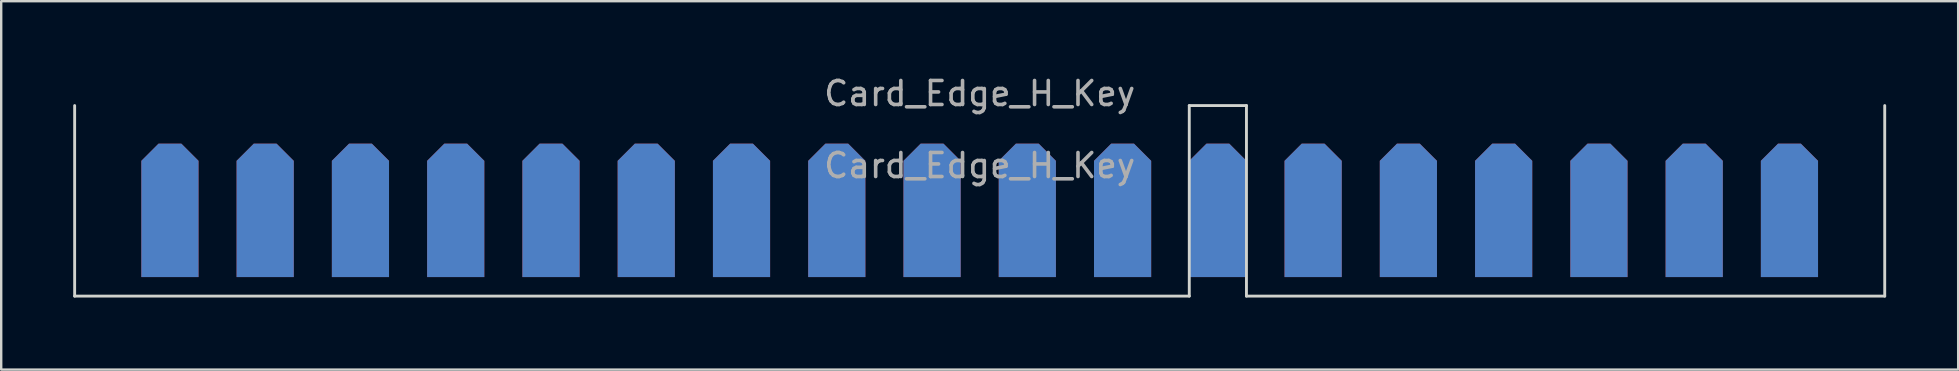
<source format=kicad_pcb>
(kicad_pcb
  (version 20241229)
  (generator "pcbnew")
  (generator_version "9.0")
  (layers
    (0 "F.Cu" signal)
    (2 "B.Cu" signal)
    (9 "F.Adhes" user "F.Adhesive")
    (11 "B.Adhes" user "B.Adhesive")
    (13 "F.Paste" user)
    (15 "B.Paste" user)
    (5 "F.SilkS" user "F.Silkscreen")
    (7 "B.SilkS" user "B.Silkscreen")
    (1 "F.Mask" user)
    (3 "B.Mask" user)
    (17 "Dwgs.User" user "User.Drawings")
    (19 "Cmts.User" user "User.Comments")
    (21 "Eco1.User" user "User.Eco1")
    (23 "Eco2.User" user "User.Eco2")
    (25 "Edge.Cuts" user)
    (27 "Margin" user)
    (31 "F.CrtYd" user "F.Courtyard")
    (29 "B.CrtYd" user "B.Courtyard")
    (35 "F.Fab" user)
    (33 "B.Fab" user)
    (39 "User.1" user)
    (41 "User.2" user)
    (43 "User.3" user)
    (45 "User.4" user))
  (footprint "Card_Edge_H_Key"
    (layer "F.Cu")
    (at 37.763 1.348)
    (property "Reference" "Card_Edge_H_Key" (at 0 -0.5 0) (unlocked yes) (layer "F.Fab") (effects (font (size 1 1) (thickness 0.15))))
    (fp_line (start -37.703 7.938) (end -37.703 0) (stroke (width 0.12) (type solid)) (layer "Edge.Cuts"))
    (fp_line (start 8.731 0) (end 8.731 7.938) (stroke (width 0.12) (type solid)) (layer "Edge.Cuts"))
    (fp_line (start 8.731 7.938) (end -37.703 7.938) (stroke (width 0.12) (type solid)) (layer "Edge.Cuts"))
    (fp_line (start 11.113 0) (end 8.731 0) (stroke (width 0.12) (type solid)) (layer "Edge.Cuts"))
    (fp_line (start 11.113 7.938) (end 11.113 0) (stroke (width 0.12) (type solid)) (layer "Edge.Cuts"))
    (fp_line (start 37.703 0) (end 37.703 7.938) (stroke (width 0.12) (type solid)) (layer "Edge.Cuts"))
    (fp_line (start 37.703 7.938) (end 11.113 7.938) (stroke (width 0.12) (type solid)) (layer "Edge.Cuts"))
    (fp_text user "${REFERENCE}" (at 0 2.5 0) (unlocked yes) (layer "F.Fab") (effects (font (size 1 1) (thickness 0.15))))
    (pad "a1" connect roundrect (at 33.734 4.366) (size 2.381 5.556) (layers "B.Cu" "B.Mask") (roundrect_rratio 0) (chamfer_ratio 0.3) (chamfer top_left top_right))
    (pad "a2" connect roundrect (at 29.766 4.366) (size 2.381 5.556) (layers "B.Cu" "B.Mask") (roundrect_rratio 0) (chamfer_ratio 0.3) (chamfer top_left top_right))
    (pad "a3" connect roundrect (at 25.797 4.366) (size 2.381 5.556) (layers "B.Cu" "B.Mask") (roundrect_rratio 0) (chamfer_ratio 0.3) (chamfer top_left top_right))
    (pad "a4" connect roundrect (at 21.828 4.366) (size 2.381 5.556) (layers "B.Cu" "B.Mask") (roundrect_rratio 0) (chamfer_ratio 0.3) (chamfer top_left top_right))
    (pad "a5" connect roundrect (at 17.859 4.366) (size 2.381 5.556) (layers "B.Cu" "B.Mask") (roundrect_rratio 0) (chamfer_ratio 0.3) (chamfer top_left top_right))
    (pad "a6" connect roundrect (at 13.891 4.366) (size 2.381 5.556) (layers "B.Cu" "B.Mask") (roundrect_rratio 0) (chamfer_ratio 0.3) (chamfer top_left top_right))
    (pad "a7" connect roundrect (at 9.922 4.366) (size 2.381 5.556) (layers "B.Cu" "B.Mask") (roundrect_rratio 0) (chamfer_ratio 0.3) (chamfer top_left top_right))
    (pad "a8" connect roundrect (at 5.953 4.366) (size 2.381 5.556) (layers "B.Cu" "B.Mask") (roundrect_rratio 0) (chamfer_ratio 0.3) (chamfer top_left top_right))
    (pad "a9" connect roundrect (at 1.984 4.366) (size 2.381 5.556) (layers "B.Cu" "B.Mask") (roundrect_rratio 0) (chamfer_ratio 0.3) (chamfer top_left top_right))
    (pad "a10" connect roundrect (at -1.984 4.366) (size 2.381 5.556) (layers "B.Cu" "B.Mask") (roundrect_rratio 0) (chamfer_ratio 0.3) (chamfer top_left top_right))
    (pad "a11" connect roundrect (at -5.953 4.366) (size 2.381 5.556) (layers "B.Cu" "B.Mask") (roundrect_rratio 0) (chamfer_ratio 0.3) (chamfer top_left top_right))
    (pad "a12" connect roundrect (at -9.922 4.366) (size 2.381 5.556) (layers "B.Cu" "B.Mask") (roundrect_rratio 0) (chamfer_ratio 0.3) (chamfer top_left top_right))
    (pad "a13" connect roundrect (at -13.891 4.366) (size 2.381 5.556) (layers "B.Cu" "B.Mask") (roundrect_rratio 0) (chamfer_ratio 0.3) (chamfer top_left top_right))
    (pad "a14" connect roundrect (at -17.859 4.366) (size 2.381 5.556) (layers "B.Cu" "B.Mask") (roundrect_rratio 0) (chamfer_ratio 0.3) (chamfer top_left top_right))
    (pad "a15" connect roundrect (at -21.828 4.366) (size 2.381 5.556) (layers "B.Cu" "B.Mask") (roundrect_rratio 0) (chamfer_ratio 0.3) (chamfer top_left top_right))
    (pad "a16" connect roundrect (at -25.797 4.366) (size 2.381 5.556) (layers "B.Cu" "B.Mask") (roundrect_rratio 0) (chamfer_ratio 0.3) (chamfer top_left top_right))
    (pad "a17" connect roundrect (at -29.766 4.366) (size 2.381 5.556) (layers "B.Cu" "B.Mask") (roundrect_rratio 0) (chamfer_ratio 0.3) (chamfer top_left top_right))
    (pad "a18" connect roundrect (at -33.734 4.366) (size 2.381 5.556) (layers "B.Cu" "B.Mask") (roundrect_rratio 0) (chamfer_ratio 0.3) (chamfer top_left top_right))
    (pad "b1" connect roundrect (at 33.734 4.366) (size 2.381 5.556) (layers "F.Cu" "F.Mask") (roundrect_rratio 0) (chamfer_ratio 0.3) (chamfer top_left top_right))
    (pad "b2" connect roundrect (at 29.766 4.366) (size 2.381 5.556) (layers "F.Cu" "F.Mask") (roundrect_rratio 0) (chamfer_ratio 0.3) (chamfer top_left top_right))
    (pad "b3" connect roundrect (at 25.797 4.366) (size 2.381 5.556) (layers "F.Cu" "F.Mask") (roundrect_rratio 0) (chamfer_ratio 0.3) (chamfer top_left top_right))
    (pad "b4" connect roundrect (at 21.828 4.366) (size 2.381 5.556) (layers "F.Cu" "F.Mask") (roundrect_rratio 0) (chamfer_ratio 0.3) (chamfer top_left top_right))
    (pad "b5" connect roundrect (at 17.859 4.366) (size 2.381 5.556) (layers "F.Cu" "F.Mask") (roundrect_rratio 0) (chamfer_ratio 0.3) (chamfer top_left top_right))
    (pad "b6" connect roundrect (at 13.891 4.366) (size 2.381 5.556) (layers "F.Cu" "F.Mask") (roundrect_rratio 0) (chamfer_ratio 0.3) (chamfer top_left top_right))
    (pad "b7" connect roundrect (at 9.922 4.366) (size 2.381 5.556) (layers "F.Cu" "F.Mask") (roundrect_rratio 0) (chamfer_ratio 0.3) (chamfer top_left top_right))
    (pad "b8" connect roundrect (at 5.953 4.366) (size 2.381 5.556) (layers "F.Cu" "F.Mask") (roundrect_rratio 0) (chamfer_ratio 0.3) (chamfer top_left top_right))
    (pad "b9" connect roundrect (at 1.984 4.366) (size 2.381 5.556) (layers "F.Cu" "F.Mask") (roundrect_rratio 0) (chamfer_ratio 0.3) (chamfer top_left top_right))
    (pad "b10" connect roundrect (at -1.984 4.366) (size 2.381 5.556) (layers "F.Cu" "F.Mask") (roundrect_rratio 0) (chamfer_ratio 0.3) (chamfer top_left top_right))
    (pad "b11" connect roundrect (at -5.953 4.366) (size 2.381 5.556) (layers "F.Cu" "F.Mask") (roundrect_rratio 0) (chamfer_ratio 0.3) (chamfer top_left top_right))
    (pad "b12" connect roundrect (at -9.922 4.366) (size 2.381 5.556) (layers "F.Cu" "F.Mask") (roundrect_rratio 0) (chamfer_ratio 0.3) (chamfer top_left top_right))
    (pad "b13" connect roundrect (at -13.891 4.366) (size 2.381 5.556) (layers "F.Cu" "F.Mask") (roundrect_rratio 0) (chamfer_ratio 0.3) (chamfer top_left top_right))
    (pad "b14" connect roundrect (at -17.859 4.366) (size 2.381 5.556) (layers "F.Cu" "F.Mask") (roundrect_rratio 0) (chamfer_ratio 0.3) (chamfer top_left top_right))
    (pad "b15" connect roundrect (at -21.828 4.366) (size 2.381 5.556) (layers "F.Cu" "F.Mask") (roundrect_rratio 0) (chamfer_ratio 0.3) (chamfer top_left top_right))
    (pad "b16" connect roundrect (at -25.797 4.366) (size 2.381 5.556) (layers "F.Cu" "F.Mask") (roundrect_rratio 0) (chamfer_ratio 0.3) (chamfer top_left top_right))
    (pad "b17" connect roundrect (at -29.766 4.366) (size 2.381 5.556) (layers "F.Cu" "F.Mask") (roundrect_rratio 0) (chamfer_ratio 0.3) (chamfer top_left top_right))
    (pad "b18" connect roundrect (at -33.734 4.366) (size 2.381 5.556) (layers "F.Cu" "F.Mask") (roundrect_rratio 0) (chamfer_ratio 0.3) (chamfer top_left top_right)))
  (gr_rect
    (start -3 -3)
    (end 78.526 12.346)
    (stroke (width 0.1) (type default))
    (fill no)
    (layer "Edge.Cuts")))
</source>
